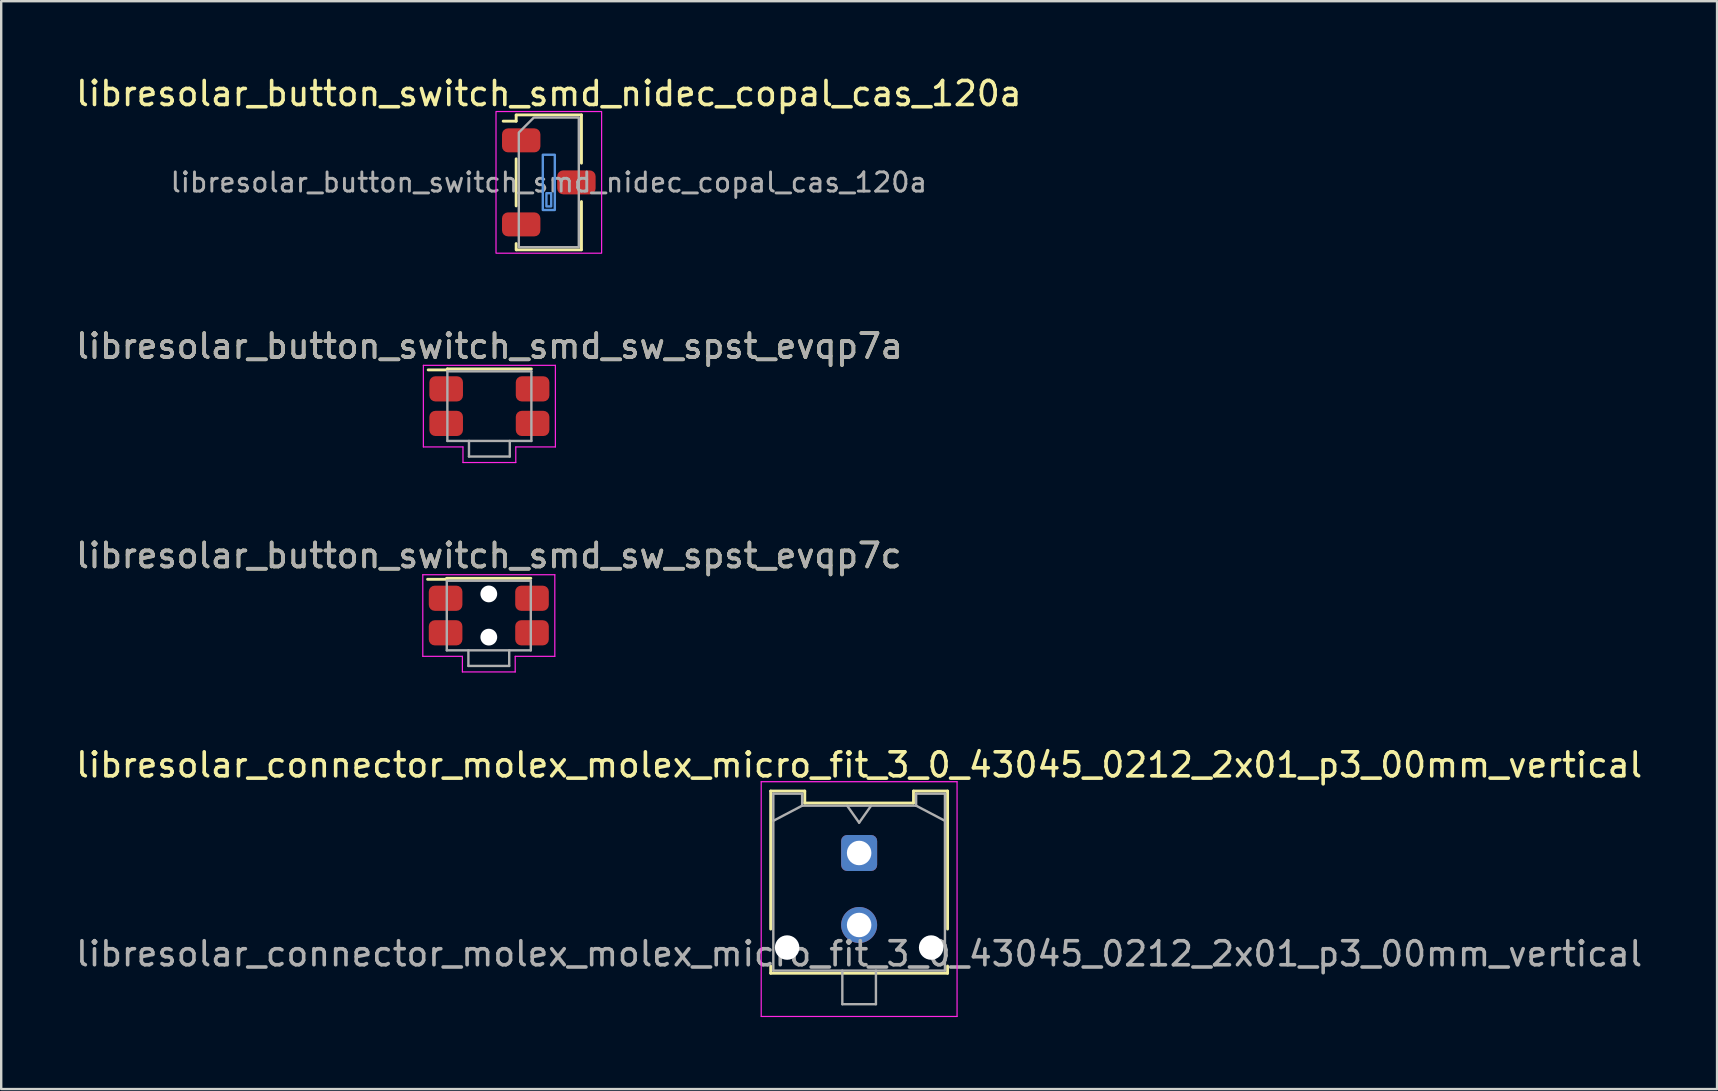
<source format=kicad_pcb>
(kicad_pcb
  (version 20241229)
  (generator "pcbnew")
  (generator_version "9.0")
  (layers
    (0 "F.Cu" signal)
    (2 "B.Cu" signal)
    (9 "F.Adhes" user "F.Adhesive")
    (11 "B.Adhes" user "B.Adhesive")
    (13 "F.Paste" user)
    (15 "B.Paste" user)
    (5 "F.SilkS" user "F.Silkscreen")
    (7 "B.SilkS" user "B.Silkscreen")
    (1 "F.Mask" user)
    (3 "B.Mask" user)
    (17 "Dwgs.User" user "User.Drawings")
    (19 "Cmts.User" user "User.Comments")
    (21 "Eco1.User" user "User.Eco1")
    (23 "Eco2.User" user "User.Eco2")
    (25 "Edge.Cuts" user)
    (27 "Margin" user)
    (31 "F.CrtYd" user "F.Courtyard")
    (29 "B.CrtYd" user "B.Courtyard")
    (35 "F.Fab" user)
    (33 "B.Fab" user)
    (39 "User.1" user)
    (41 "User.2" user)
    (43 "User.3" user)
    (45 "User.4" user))
  (footprint "libresolar_button_switch_smd_sw_spst_evqp7a"
    (layer "F.Cu")
    (at 17.339 13.871)
    (property "Reference" "libresolar_button_switch_smd_sw_spst_evqp7a" (at 0 -2.5 0) (layer "F.SilkS") (effects (font (size 1 1) (thickness 0.15))))
    (attr smd)
    (fp_line (start -2.55 -1.51) (end -1.75 -1.51) (stroke (width 0.12) (type default)) (layer "F.SilkS"))
    (fp_line (start -1.75 -1.55) (end -1.75 -1.51) (stroke (width 0.12) (type default)) (layer "F.SilkS"))
    (fp_line (start -1.75 -1.55) (end 1.75 -1.55) (stroke (width 0.12) (type solid)) (layer "F.SilkS"))
    (fp_line (start -2.75 -1.7) (end 2.75 -1.7) (stroke (width 0.05) (type solid)) (layer "F.CrtYd"))
    (fp_line (start -2.75 1.7) (end -2.75 -1.7) (stroke (width 0.05) (type solid)) (layer "F.CrtYd"))
    (fp_line (start -1.1 1.7) (end -2.75 1.7) (stroke (width 0.05) (type solid)) (layer "F.CrtYd"))
    (fp_line (start -1.1 2.35) (end -1.1 1.7) (stroke (width 0.05) (type solid)) (layer "F.CrtYd"))
    (fp_line (start 1.1 1.7) (end 1.1 2.35) (stroke (width 0.05) (type solid)) (layer "F.CrtYd"))
    (fp_line (start 1.1 2.35) (end -1.1 2.35) (stroke (width 0.05) (type solid)) (layer "F.CrtYd"))
    (fp_line (start 2.75 -1.7) (end 2.75 1.7) (stroke (width 0.05) (type solid)) (layer "F.CrtYd"))
    (fp_line (start 2.75 1.7) (end 1.1 1.7) (stroke (width 0.05) (type solid)) (layer "F.CrtYd"))
    (fp_line (start -1.75 -1.45) (end 1.75 -1.45) (stroke (width 0.1) (type solid)) (layer "F.Fab"))
    (fp_line (start -1.75 1.45) (end -1.75 -1.45) (stroke (width 0.1) (type solid)) (layer "F.Fab"))
    (fp_line (start -0.85 2.1) (end -0.85 1.45) (stroke (width 0.1) (type solid)) (layer "F.Fab"))
    (fp_line (start -0.85 2.1) (end 0.85 2.1) (stroke (width 0.1) (type solid)) (layer "F.Fab"))
    (fp_line (start 0.85 2.1) (end 0.85 1.45) (stroke (width 0.1) (type solid)) (layer "F.Fab"))
    (fp_line (start 1.75 -1.45) (end 1.75 1.45) (stroke (width 0.1) (type solid)) (layer "F.Fab"))
    (fp_line (start 1.75 1.45) (end -1.75 1.45) (stroke (width 0.1) (type solid)) (layer "F.Fab"))
    (fp_text user "${REFERENCE}" (at 0 -2.5 0) (layer "F.Fab") (effects (font (size 1 1) (thickness 0.15))))
    (pad "1" smd roundrect (at -1.8 -0.72) (size 1.4 1.05) (layers "F.Cu" "F.Mask" "F.Paste") (roundrect_rratio 0.238))
    (pad "1" smd roundrect (at 1.8 -0.72) (size 1.4 1.05) (layers "F.Cu" "F.Mask" "F.Paste") (roundrect_rratio 0.238))
    (pad "2" smd roundrect (at -1.8 0.72) (size 1.4 1.05) (layers "F.Cu" "F.Mask" "F.Paste") (roundrect_rratio 0.238))
    (pad "2" smd roundrect (at 1.8 0.72) (size 1.4 1.05) (layers "F.Cu" "F.Mask" "F.Paste") (roundrect_rratio 0.238)))
  (footprint "libresolar_button_switch_smd_nidec_copal_cas_120a"
    (layer "F.Cu")
    (at 19.815 4.548)
    (property "Reference" "libresolar_button_switch_smd_nidec_copal_cas_120a" (at 0 -3.7 0) (unlocked yes) (layer "F.SilkS") (effects (font (size 1 1) (thickness 0.15))))
    (attr smd)
    (fp_line (start -1.36 -2.81) (end 1.36 -2.81) (stroke (width 0.12) (type solid)) (layer "F.SilkS"))
    (fp_line (start -1.36 -2.55) (end -1.9 -2.55) (stroke (width 0.12) (type default)) (layer "F.SilkS"))
    (fp_line (start -1.36 -2.55) (end -1.36 -2.8) (stroke (width 0.12) (type solid)) (layer "F.SilkS"))
    (fp_line (start -1.36 -0.98) (end -1.36 0.98) (stroke (width 0.12) (type solid)) (layer "F.SilkS"))
    (fp_line (start -1.36 2.81) (end -1.36 2.55) (stroke (width 0.12) (type solid)) (layer "F.SilkS"))
    (fp_line (start 1.35 2.81) (end -1.35 2.81) (stroke (width 0.12) (type solid)) (layer "F.SilkS"))
    (fp_line (start 1.36 -2.81) (end 1.36 -0.8) (stroke (width 0.12) (type solid)) (layer "F.SilkS"))
    (fp_line (start 1.36 0.8) (end 1.36 2.81) (stroke (width 0.12) (type solid)) (layer "F.SilkS"))
    (fp_rect (start -0.25 -1.15) (end 0.25 1.15) (stroke (width 0.1) (type default)) (fill no) (layer "Cmts.User"))
    (fp_rect (start -0.1 0.45) (end 0.1 1) (stroke (width 0.1) (type solid)) (fill no) (layer "Cmts.User"))
    (fp_rect (start 2.2 -2.95) (end -2.2 2.95) (stroke (width 0.05) (type solid)) (fill no) (layer "F.CrtYd"))
    (fp_poly (pts (xy 1.25 -2.7) (xy -0.625 -2.7) (xy -1.25 -2.075) (xy -1.25 2.7) (xy 1.25 2.7)) (stroke (width 0.1) (type solid)) (fill no) (layer "F.Fab"))
    (fp_text user "${REFERENCE}" (at 0 0 0) (unlocked yes) (layer "F.Fab") (effects (font (size 0.8 0.8) (thickness 0.12))))
    (pad "1" smd roundrect (at -1.15 -1.75 270) (size 1 1.6) (layers "F.Cu" "F.Mask" "F.Paste") (roundrect_rratio 0.25))
    (pad "2" smd roundrect (at 1.15 0 270) (size 1 1.6) (layers "F.Cu" "F.Mask" "F.Paste") (roundrect_rratio 0.25))
    (pad "3" smd roundrect (at -1.15 1.75 270) (size 1 1.6) (layers "F.Cu" "F.Mask" "F.Paste") (roundrect_rratio 0.25)))
  (footprint "libresolar_button_switch_smd_sw_spst_evqp7c"
    (layer "F.Cu")
    (at 17.315 22.595)
    (property "Reference" "libresolar_button_switch_smd_sw_spst_evqp7c" (at 0 -2.5 0) (layer "F.SilkS") (effects (font (size 1 1) (thickness 0.15))))
    (attr smd)
    (fp_line (start -2.55 -1.51) (end -1.75 -1.51) (stroke (width 0.12) (type default)) (layer "F.SilkS"))
    (fp_line (start -1.75 -1.55) (end -1.75 -1.51) (stroke (width 0.12) (type default)) (layer "F.SilkS"))
    (fp_line (start -1.75 -1.55) (end 1.75 -1.55) (stroke (width 0.12) (type solid)) (layer "F.SilkS"))
    (fp_line (start -2.75 -1.7) (end 2.75 -1.7) (stroke (width 0.05) (type solid)) (layer "F.CrtYd"))
    (fp_line (start -2.75 1.7) (end -2.75 -1.7) (stroke (width 0.05) (type solid)) (layer "F.CrtYd"))
    (fp_line (start -1.1 1.7) (end -2.75 1.7) (stroke (width 0.05) (type solid)) (layer "F.CrtYd"))
    (fp_line (start -1.1 2.35) (end -1.1 1.7) (stroke (width 0.05) (type solid)) (layer "F.CrtYd"))
    (fp_line (start 1.1 1.7) (end 1.1 2.35) (stroke (width 0.05) (type solid)) (layer "F.CrtYd"))
    (fp_line (start 1.1 2.35) (end -1.1 2.35) (stroke (width 0.05) (type solid)) (layer "F.CrtYd"))
    (fp_line (start 2.75 -1.7) (end 2.75 1.7) (stroke (width 0.05) (type solid)) (layer "F.CrtYd"))
    (fp_line (start 2.75 1.7) (end 1.1 1.7) (stroke (width 0.05) (type solid)) (layer "F.CrtYd"))
    (fp_line (start -1.75 -1.45) (end 1.75 -1.45) (stroke (width 0.1) (type solid)) (layer "F.Fab"))
    (fp_line (start -1.75 1.45) (end -1.75 -1.45) (stroke (width 0.1) (type solid)) (layer "F.Fab"))
    (fp_line (start -0.85 2.1) (end -0.85 1.45) (stroke (width 0.1) (type solid)) (layer "F.Fab"))
    (fp_line (start -0.85 2.1) (end 0.85 2.1) (stroke (width 0.1) (type solid)) (layer "F.Fab"))
    (fp_line (start 0.85 2.1) (end 0.85 1.45) (stroke (width 0.1) (type solid)) (layer "F.Fab"))
    (fp_line (start 1.75 -1.45) (end 1.75 1.45) (stroke (width 0.1) (type solid)) (layer "F.Fab"))
    (fp_line (start 1.75 1.45) (end -1.75 1.45) (stroke (width 0.1) (type solid)) (layer "F.Fab"))
    (fp_text user "${REFERENCE}" (at 0 -2.5 0) (layer "F.Fab") (effects (font (size 1 1) (thickness 0.15))))
    (pad "" np_thru_hole circle (at 0 -0.9) (size 0.7 0.7) (drill 0.7) (layers "*.Cu" "*.Mask"))
    (pad "" np_thru_hole circle (at 0 0.9) (size 0.7 0.7) (drill 0.7) (layers "*.Cu" "*.Mask"))
    (pad "1" smd roundrect (at -1.8 -0.72) (size 1.4 1.05) (layers "F.Cu" "F.Mask" "F.Paste") (roundrect_rratio 0.238))
    (pad "1" smd roundrect (at 1.8 -0.72) (size 1.4 1.05) (layers "F.Cu" "F.Mask" "F.Paste") (roundrect_rratio 0.238))
    (pad "2" smd roundrect (at -1.8 0.72) (size 1.4 1.05) (layers "F.Cu" "F.Mask" "F.Paste") (roundrect_rratio 0.238))
    (pad "2" smd roundrect (at 1.8 0.72) (size 1.4 1.05) (layers "F.Cu" "F.Mask" "F.Paste") (roundrect_rratio 0.238)))
  (footprint "libresolar_connector_molex_molex_micro_fit_3_0_43045_0212_2x01_p3_00mm_vertical"
    (layer "F.Cu")
    (at 32.744 32.488)
    (property "Reference" "libresolar_connector_molex_molex_micro_fit_3_0_43045_0212_2x01_p3_00mm_vertical" (at 0 -3.67 0) (layer "F.SilkS") (effects (font (size 1 1) (thickness 0.15))))
    (attr through_hole)
    (fp_line (start -3.685 -2.58) (end -2.265 -2.58) (stroke (width 0.12) (type solid)) (layer "F.SilkS"))
    (fp_line (start -3.685 3.17) (end -3.685 -2.58) (stroke (width 0.12) (type solid)) (layer "F.SilkS"))
    (fp_line (start -3.685 4.71) (end -3.685 5.01) (stroke (width 0.12) (type solid)) (layer "F.SilkS"))
    (fp_line (start -3.685 5.01) (end 3.685 5.01) (stroke (width 0.12) (type solid)) (layer "F.SilkS"))
    (fp_line (start -2.265 -2.58) (end -2.265 -2.08) (stroke (width 0.12) (type solid)) (layer "F.SilkS"))
    (fp_line (start -2.265 -2.08) (end 2.265 -2.08) (stroke (width 0.12) (type solid)) (layer "F.SilkS"))
    (fp_line (start 2.265 -2.58) (end 3.685 -2.58) (stroke (width 0.12) (type solid)) (layer "F.SilkS"))
    (fp_line (start 2.265 -2.08) (end 2.265 -2.58) (stroke (width 0.12) (type solid)) (layer "F.SilkS"))
    (fp_line (start 3.685 -2.58) (end 3.685 3.17) (stroke (width 0.12) (type solid)) (layer "F.SilkS"))
    (fp_line (start 3.685 5.01) (end 3.685 4.71) (stroke (width 0.12) (type solid)) (layer "F.SilkS"))
    (fp_line (start -4.08 -2.97) (end 4.08 -2.97) (stroke (width 0.05) (type solid)) (layer "F.CrtYd"))
    (fp_line (start -4.08 6.81) (end -4.08 -2.97) (stroke (width 0.05) (type solid)) (layer "F.CrtYd"))
    (fp_line (start 4.08 -2.97) (end 4.08 6.81) (stroke (width 0.05) (type solid)) (layer "F.CrtYd"))
    (fp_line (start 4.08 6.81) (end -4.08 6.81) (stroke (width 0.05) (type solid)) (layer "F.CrtYd"))
    (fp_line (start -3.575 -2.47) (end -3.575 4.9) (stroke (width 0.1) (type solid)) (layer "F.Fab"))
    (fp_line (start -3.575 -1.34) (end -2.375 -1.97) (stroke (width 0.1) (type solid)) (layer "F.Fab"))
    (fp_line (start -3.575 4.9) (end 3.575 4.9) (stroke (width 0.1) (type solid)) (layer "F.Fab"))
    (fp_line (start -2.375 -2.47) (end -3.575 -2.47) (stroke (width 0.1) (type solid)) (layer "F.Fab"))
    (fp_line (start -2.375 -1.97) (end -2.375 -2.47) (stroke (width 0.1) (type solid)) (layer "F.Fab"))
    (fp_line (start -0.7 4.9) (end -0.7 6.3) (stroke (width 0.1) (type solid)) (layer "F.Fab"))
    (fp_line (start -0.7 6.3) (end 0.7 6.3) (stroke (width 0.1) (type solid)) (layer "F.Fab"))
    (fp_line (start -0.5 -1.97) (end 0 -1.263) (stroke (width 0.1) (type solid)) (layer "F.Fab"))
    (fp_line (start 0 -1.263) (end 0.5 -1.97) (stroke (width 0.1) (type solid)) (layer "F.Fab"))
    (fp_line (start 0.7 6.3) (end 0.7 4.9) (stroke (width 0.1) (type solid)) (layer "F.Fab"))
    (fp_line (start 2.375 -2.47) (end 2.375 -1.97) (stroke (width 0.1) (type solid)) (layer "F.Fab"))
    (fp_line (start 2.375 -1.97) (end -2.375 -1.97) (stroke (width 0.1) (type solid)) (layer "F.Fab"))
    (fp_line (start 3.575 -2.47) (end 2.375 -2.47) (stroke (width 0.1) (type solid)) (layer "F.Fab"))
    (fp_line (start 3.575 -1.34) (end 2.375 -1.97) (stroke (width 0.1) (type solid)) (layer "F.Fab"))
    (fp_line (start 3.575 4.9) (end 3.575 -2.47) (stroke (width 0.1) (type solid)) (layer "F.Fab"))
    (fp_text user "${REFERENCE}" (at 0 4.2 0) (layer "F.Fab") (effects (font (size 1 1) (thickness 0.15))))
    (pad "" np_thru_hole circle (at -3 3.94) (size 1.02 1.02) (drill 1.02) (layers "*.Cu" "*.Mask"))
    (pad "" np_thru_hole circle (at 3 3.94) (size 1.02 1.02) (drill 1.02) (layers "*.Cu" "*.Mask"))
    (pad "1" thru_hole roundrect (at 0 0) (size 1.5 1.5) (drill 1.02) (layers "*.Cu" "*.Mask") (roundrect_rratio 0.167))
    (pad "2" thru_hole circle (at 0 3) (size 1.5 1.5) (drill 1.02) (layers "*.Cu" "*.Mask")))
  (gr_rect
    (start -3 -3)
    (end 68.488 42.323)
    (stroke (width 0.1) (type default))
    (fill no)
    (layer "Edge.Cuts")))
</source>
